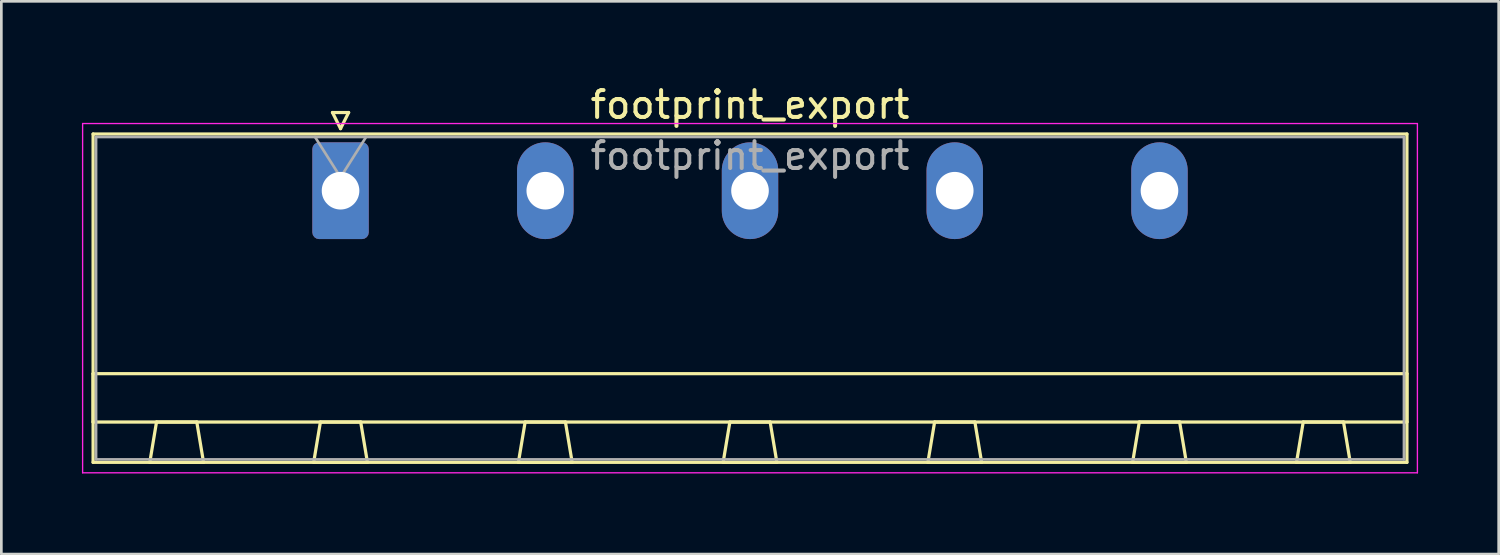
<source format=kicad_pcb>
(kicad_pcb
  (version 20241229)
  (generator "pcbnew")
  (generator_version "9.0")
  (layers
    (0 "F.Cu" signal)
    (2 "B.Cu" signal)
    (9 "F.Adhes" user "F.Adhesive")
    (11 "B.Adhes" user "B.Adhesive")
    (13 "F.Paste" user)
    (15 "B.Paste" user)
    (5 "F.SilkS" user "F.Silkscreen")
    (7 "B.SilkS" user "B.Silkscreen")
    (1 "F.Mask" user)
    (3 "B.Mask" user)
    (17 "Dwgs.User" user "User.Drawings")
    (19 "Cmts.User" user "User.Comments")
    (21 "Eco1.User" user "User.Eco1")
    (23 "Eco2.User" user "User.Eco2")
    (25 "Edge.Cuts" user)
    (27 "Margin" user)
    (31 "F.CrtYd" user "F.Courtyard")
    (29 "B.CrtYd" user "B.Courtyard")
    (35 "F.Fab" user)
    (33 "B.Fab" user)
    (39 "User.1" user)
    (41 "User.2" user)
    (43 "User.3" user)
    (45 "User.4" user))
  (footprint "footprint_export"
    (layer "F.Cu")
    (at 9.625 4.048)
    (property "Reference" "footprint_export" (at 15.24 -3.2 0) (layer "F.SilkS") (effects (font (size 1 1) (thickness 0.15))))
    (attr through_hole)
    (fp_line (start -9.21 -2.11) (end -9.21 10.11) (stroke (width 0.12) (type solid)) (layer "F.SilkS"))
    (fp_line (start -9.21 6.81) (end 39.69 6.81) (stroke (width 0.12) (type solid)) (layer "F.SilkS"))
    (fp_line (start -9.21 8.61) (end -9.21 6.81) (stroke (width 0.12) (type solid)) (layer "F.SilkS"))
    (fp_line (start -9.21 10.11) (end 39.69 10.11) (stroke (width 0.12) (type solid)) (layer "F.SilkS"))
    (fp_line (start -7.1 10.11) (end -5.1 10.11) (stroke (width 0.12) (type solid)) (layer "F.SilkS"))
    (fp_line (start -6.85 8.61) (end -7.1 10.11) (stroke (width 0.12) (type solid)) (layer "F.SilkS"))
    (fp_line (start -5.35 8.61) (end -6.85 8.61) (stroke (width 0.12) (type solid)) (layer "F.SilkS"))
    (fp_line (start -5.1 10.11) (end -5.35 8.61) (stroke (width 0.12) (type solid)) (layer "F.SilkS"))
    (fp_line (start -1 10.11) (end 1 10.11) (stroke (width 0.12) (type solid)) (layer "F.SilkS"))
    (fp_line (start -0.75 8.61) (end -1 10.11) (stroke (width 0.12) (type solid)) (layer "F.SilkS"))
    (fp_line (start -0.3 -2.91) (end 0.3 -2.91) (stroke (width 0.12) (type solid)) (layer "F.SilkS"))
    (fp_line (start 0 -2.31) (end -0.3 -2.91) (stroke (width 0.12) (type solid)) (layer "F.SilkS"))
    (fp_line (start 0.3 -2.91) (end 0 -2.31) (stroke (width 0.12) (type solid)) (layer "F.SilkS"))
    (fp_line (start 0.75 8.61) (end -0.75 8.61) (stroke (width 0.12) (type solid)) (layer "F.SilkS"))
    (fp_line (start 1 10.11) (end 0.75 8.61) (stroke (width 0.12) (type solid)) (layer "F.SilkS"))
    (fp_line (start 6.62 10.11) (end 8.62 10.11) (stroke (width 0.12) (type solid)) (layer "F.SilkS"))
    (fp_line (start 6.87 8.61) (end 6.62 10.11) (stroke (width 0.12) (type solid)) (layer "F.SilkS"))
    (fp_line (start 8.37 8.61) (end 6.87 8.61) (stroke (width 0.12) (type solid)) (layer "F.SilkS"))
    (fp_line (start 8.62 10.11) (end 8.37 8.61) (stroke (width 0.12) (type solid)) (layer "F.SilkS"))
    (fp_line (start 14.24 10.11) (end 16.24 10.11) (stroke (width 0.12) (type solid)) (layer "F.SilkS"))
    (fp_line (start 14.49 8.61) (end 14.24 10.11) (stroke (width 0.12) (type solid)) (layer "F.SilkS"))
    (fp_line (start 15.99 8.61) (end 14.49 8.61) (stroke (width 0.12) (type solid)) (layer "F.SilkS"))
    (fp_line (start 16.24 10.11) (end 15.99 8.61) (stroke (width 0.12) (type solid)) (layer "F.SilkS"))
    (fp_line (start 21.86 10.11) (end 23.86 10.11) (stroke (width 0.12) (type solid)) (layer "F.SilkS"))
    (fp_line (start 22.11 8.61) (end 21.86 10.11) (stroke (width 0.12) (type solid)) (layer "F.SilkS"))
    (fp_line (start 23.61 8.61) (end 22.11 8.61) (stroke (width 0.12) (type solid)) (layer "F.SilkS"))
    (fp_line (start 23.86 10.11) (end 23.61 8.61) (stroke (width 0.12) (type solid)) (layer "F.SilkS"))
    (fp_line (start 29.48 10.11) (end 31.48 10.11) (stroke (width 0.12) (type solid)) (layer "F.SilkS"))
    (fp_line (start 29.73 8.61) (end 29.48 10.11) (stroke (width 0.12) (type solid)) (layer "F.SilkS"))
    (fp_line (start 31.23 8.61) (end 29.73 8.61) (stroke (width 0.12) (type solid)) (layer "F.SilkS"))
    (fp_line (start 31.48 10.11) (end 31.23 8.61) (stroke (width 0.12) (type solid)) (layer "F.SilkS"))
    (fp_line (start 35.58 10.11) (end 37.58 10.11) (stroke (width 0.12) (type solid)) (layer "F.SilkS"))
    (fp_line (start 35.83 8.61) (end 35.58 10.11) (stroke (width 0.12) (type solid)) (layer "F.SilkS"))
    (fp_line (start 37.33 8.61) (end 35.83 8.61) (stroke (width 0.12) (type solid)) (layer "F.SilkS"))
    (fp_line (start 37.58 10.11) (end 37.33 8.61) (stroke (width 0.12) (type solid)) (layer "F.SilkS"))
    (fp_line (start 39.69 -2.11) (end -9.21 -2.11) (stroke (width 0.12) (type solid)) (layer "F.SilkS"))
    (fp_line (start 39.69 6.81) (end 39.69 8.61) (stroke (width 0.12) (type solid)) (layer "F.SilkS"))
    (fp_line (start 39.69 8.61) (end -9.21 8.61) (stroke (width 0.12) (type solid)) (layer "F.SilkS"))
    (fp_line (start 39.69 10.11) (end 39.69 -2.11) (stroke (width 0.12) (type solid)) (layer "F.SilkS"))
    (fp_line (start -9.6 -2.5) (end -9.6 10.5) (stroke (width 0.05) (type solid)) (layer "F.CrtYd"))
    (fp_line (start -9.6 10.5) (end 40.08 10.5) (stroke (width 0.05) (type solid)) (layer "F.CrtYd"))
    (fp_line (start 40.08 -2.5) (end -9.6 -2.5) (stroke (width 0.05) (type solid)) (layer "F.CrtYd"))
    (fp_line (start 40.08 10.5) (end 40.08 -2.5) (stroke (width 0.05) (type solid)) (layer "F.CrtYd"))
    (fp_line (start -9.1 -2) (end -9.1 10) (stroke (width 0.1) (type solid)) (layer "F.Fab"))
    (fp_line (start -9.1 10) (end 39.58 10) (stroke (width 0.1) (type solid)) (layer "F.Fab"))
    (fp_line (start 0 -0.5) (end -0.95 -2) (stroke (width 0.1) (type solid)) (layer "F.Fab"))
    (fp_line (start 0.95 -2) (end 0 -0.5) (stroke (width 0.1) (type solid)) (layer "F.Fab"))
    (fp_line (start 39.58 -2) (end -9.1 -2) (stroke (width 0.1) (type solid)) (layer "F.Fab"))
    (fp_line (start 39.58 10) (end 39.58 -2) (stroke (width 0.1) (type solid)) (layer "F.Fab"))
    (fp_text user "${REFERENCE}" (at 15.24 -1.3 0) (layer "F.Fab") (effects (font (size 1 1) (thickness 0.15))))
    (pad "1" thru_hole roundrect (at 0 0) (size 2.1 3.6) (drill 1.4) (layers "*.Cu" "*.Mask") (roundrect_rratio 0.119))
    (pad "2" thru_hole oval (at 7.62 0) (size 2.1 3.6) (drill 1.4) (layers "*.Cu" "*.Mask"))
    (pad "3" thru_hole oval (at 15.24 0) (size 2.1 3.6) (drill 1.4) (layers "*.Cu" "*.Mask"))
    (pad "4" thru_hole oval (at 22.86 0) (size 2.1 3.6) (drill 1.4) (layers "*.Cu" "*.Mask"))
    (pad "5" thru_hole oval (at 30.48 0) (size 2.1 3.6) (drill 1.4) (layers "*.Cu" "*.Mask")))
  (gr_rect
    (start -3 -3)
    (end 52.73 17.573)
    (stroke (width 0.1) (type default))
    (fill no)
    (layer "Edge.Cuts")))
</source>
